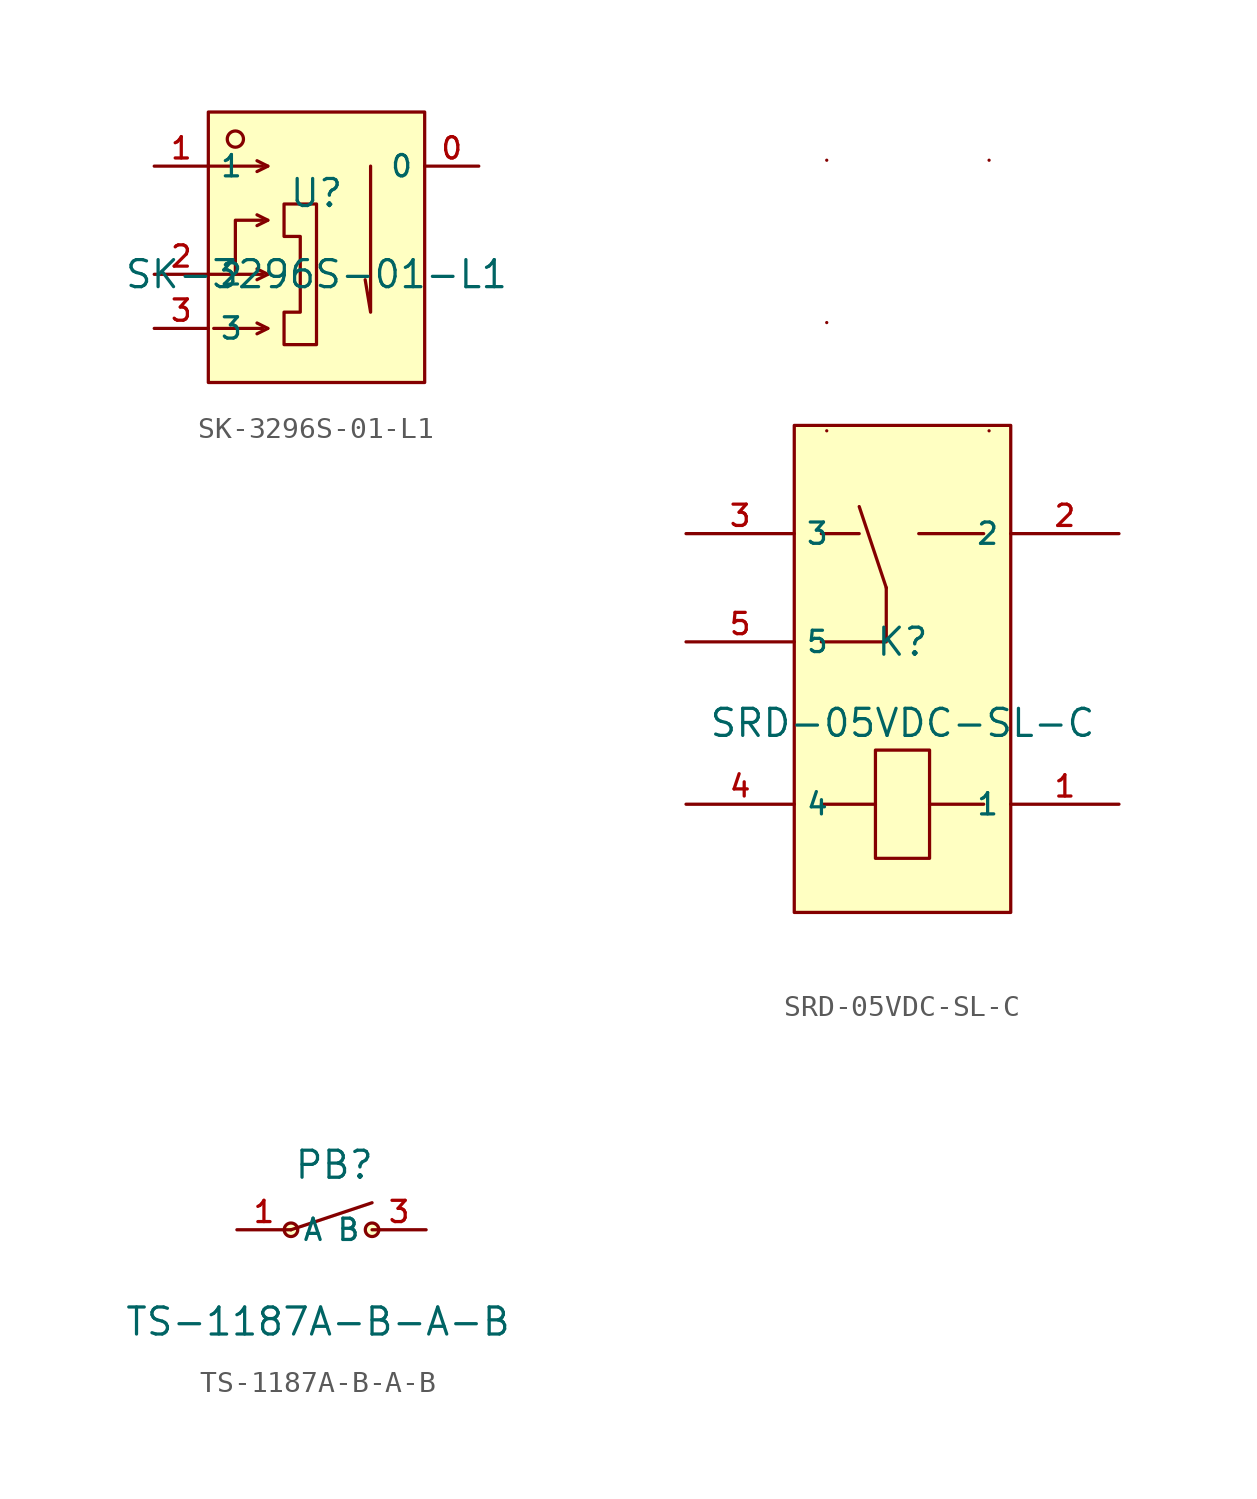
<source format=kicad_sym>
(kicad_symbol_lib
  (version 20231120)
  (generator "kicad_symbol_editor")
  (generator_version "8.0")
  (symbol "SK-3296S-01-L1"
    (property "Reference" "U"
      (at 0 1.27 0)
      (effects (font (size 1.27 1.27))))
    (property "Value" "SK-3296S-01-L1"
      (at 0 -2.54 0)
      (effects (font (size 1.27 1.27))))
    (symbol "SK-3296S-01-L1_0_1"
      (rectangle (start -5.08 5.08) (end 5.08 -7.62) (stroke (width 0) (type default)) (fill (type background)))
      (circle (center -3.81 3.81) (radius 0.381) (stroke (width 0) (type default)) (fill (type background)))
      (polyline (pts (xy -5.08 -2.54) (xy -2.54 -2.54)) (stroke (width 0) (type default)) (fill (type none)))
      (polyline (pts (xy -5.08 2.54) (xy -2.54 2.54)) (stroke (width 0) (type default)) (fill (type none)))
      (polyline (pts (xy -4.826 -5.08) (xy -2.54 -5.08)) (stroke (width 0) (type default)) (fill (type none)))
      (polyline (pts (xy -2.286 -5.08) (xy -2.794 -5.334)) (stroke (width 0) (type default)) (fill (type none)))
      (polyline (pts (xy -2.286 -5.08) (xy -2.794 -4.826)) (stroke (width 0) (type default)) (fill (type none)))
      (polyline (pts (xy -2.286 -2.54) (xy -2.794 -2.794)) (stroke (width 0) (type default)) (fill (type none)))
      (polyline (pts (xy -2.286 -2.54) (xy -2.794 -2.286)) (stroke (width 0) (type default)) (fill (type none)))
      (polyline (pts (xy -2.286 0) (xy -2.794 -0.254)) (stroke (width 0) (type default)) (fill (type none)))
      (polyline (pts (xy -2.286 0) (xy -2.794 0.254)) (stroke (width 0) (type default)) (fill (type none)))
      (polyline (pts (xy -2.286 2.54) (xy -2.794 2.286)) (stroke (width 0) (type default)) (fill (type none)))
      (polyline (pts (xy -2.286 2.54) (xy -2.794 2.794)) (stroke (width 0) (type default)) (fill (type none)))
      (polyline (pts (xy -3.81 -2.54) (xy -3.81 0) (xy -2.54 0)) (stroke (width 0) (type default)) (fill (type none)))
      (polyline (pts (xy 2.54 2.54) (xy 2.54 -4.318) (xy 2.286 -2.794)) (stroke (width 0) (type default)) (fill (type none)))
      (polyline (pts (xy -1.524 0.762) (xy 0 0.762) (xy 0 -5.842) (xy -1.524 -5.842) (xy -1.524 -4.318) (xy -0.762 -4.318) (xy -0.762 -0.762) (xy -1.524 -0.762) (xy -1.524 0.762)) (stroke (width 0) (type default)) (fill (type none)))
      (pin unspecified line (at 7.62 2.54 180) (length 2.54) (name "0" (effects (font (size 1 1)))) (number "0" (effects (font (size 1 1)))))
      (pin unspecified line (at -7.62 2.54 0) (length 2.54) (name "1" (effects (font (size 1 1)))) (number "1" (effects (font (size 1 1)))))
      (pin unspecified line (at -7.62 -2.54 0) (length 2.54) (name "2" (effects (font (size 1 1)))) (number "2" (effects (font (size 1 1)))))
      (pin unspecified line (at -7.62 -5.08 0) (length 2.54) (name "3" (effects (font (size 1 1)))) (number "3" (effects (font (size 1 1)))))))
  (symbol "SRD-05VDC-SL-C"
    (property "Reference" "K"
      (at 0 1.27 0)
      (effects (font (size 1.27 1.27))))
    (property "Value" "SRD-05VDC-SL-C"
      (at 0 -2.54 0)
      (effects (font (size 1.27 1.27))))
    (symbol "SRD-05VDC-SL-C_0_1"
      (rectangle (start -5.08 11.43) (end 5.08 -11.43) (stroke (width 0) (type default)) (fill (type background)))
      (arc (start -3.556 11.176) (mid -3.556 11.176) (end -3.556 11.176) (stroke (width 0) (type default)) (fill (type none)))
      (arc (start -3.556 16.256) (mid -3.556 16.256) (end -3.556 16.256) (stroke (width 0) (type default)) (fill (type none)))
      (arc (start -3.556 23.876) (mid -3.556 23.876) (end -3.556 23.876) (stroke (width 0) (type default)) (fill (type none)))
      (polyline (pts (xy -3.81 6.35) (xy -2.032 6.35)) (stroke (width 0) (type default)) (fill (type none)))
      (polyline (pts (xy -1.27 -6.35) (xy -3.81 -6.35)) (stroke (width 0) (type default)) (fill (type none)))
      (polyline (pts (xy -0.762 3.81) (xy -2.032 7.62)) (stroke (width 0) (type default)) (fill (type none)))
      (polyline (pts (xy 3.81 -6.35) (xy 1.27 -6.35)) (stroke (width 0) (type default)) (fill (type none)))
      (polyline (pts (xy 3.81 6.35) (xy 0.762 6.35)) (stroke (width 0) (type default)) (fill (type none)))
      (polyline (pts (xy -3.81 1.27) (xy -0.762 1.27) (xy -0.762 3.81)) (stroke (width 0) (type default)) (fill (type none)))
      (polyline (pts (xy -1.27 -8.89) (xy 1.27 -8.89) (xy 1.27 -3.81) (xy -1.27 -3.81) (xy -1.27 -8.89)) (stroke (width 0) (type default)) (fill (type none)))
      (arc (start 4.064 11.176) (mid 4.064 11.176) (end 4.064 11.176) (stroke (width 0) (type default)) (fill (type none)))
      (arc (start 4.064 23.876) (mid 4.064 23.876) (end 4.064 23.876) (stroke (width 0) (type default)) (fill (type none)))
      (pin input line (at 10.16 -6.35 180) (length 5.08) (name "1" (effects (font (size 1 1)))) (number "1" (effects (font (size 1 1)))))
      (pin input line (at 10.16 6.35 180) (length 5.08) (name "2" (effects (font (size 1 1)))) (number "2" (effects (font (size 1 1)))))
      (pin input line (at -10.16 6.35 0) (length 5.08) (name "3" (effects (font (size 1 1)))) (number "3" (effects (font (size 1 1)))))
      (pin input line (at -10.16 -6.35 0) (length 5.08) (name "4" (effects (font (size 1 1)))) (number "4" (effects (font (size 1 1)))))
      (pin input line (at -10.16 1.27 0) (length 5.08) (name "5" (effects (font (size 1 1)))) (number "5" (effects (font (size 1 1)))))))
  (symbol "TS-1187A-B-A-B"
    (property "Reference" "PB"
      (at -0.508 3.048 0)
      (effects (font (size 1.27 1.27))))
    (property "Value" "TS-1187A-B-A-B"
      (at -1.27 -4.318 0)
      (effects (font (size 1.27 1.27))))
    (symbol "TS-1187A-B-A-B_0_1"
      (circle (center -2.54 0) (radius 0.318) (stroke (width 0) (type default)) (fill (type background)))
      (polyline (pts (xy 1.27 1.27) (xy -2.54 0)) (stroke (width 0) (type default)) (fill (type none)))
      (circle (center 1.27 0) (radius 0.318) (stroke (width 0) (type default)) (fill (type background)))
      (pin unspecified line (at -5.08 0 0) (length 2.54) (name "A" (effects (font (size 1 1)))) (number "1" (effects (font (size 1 1)))))
      (pin unspecified line (at 3.81 0 180) (length 2.54) (name "B" (effects (font (size 1 1)))) (number "3" (effects (font (size 1 1))))))))
</source>
